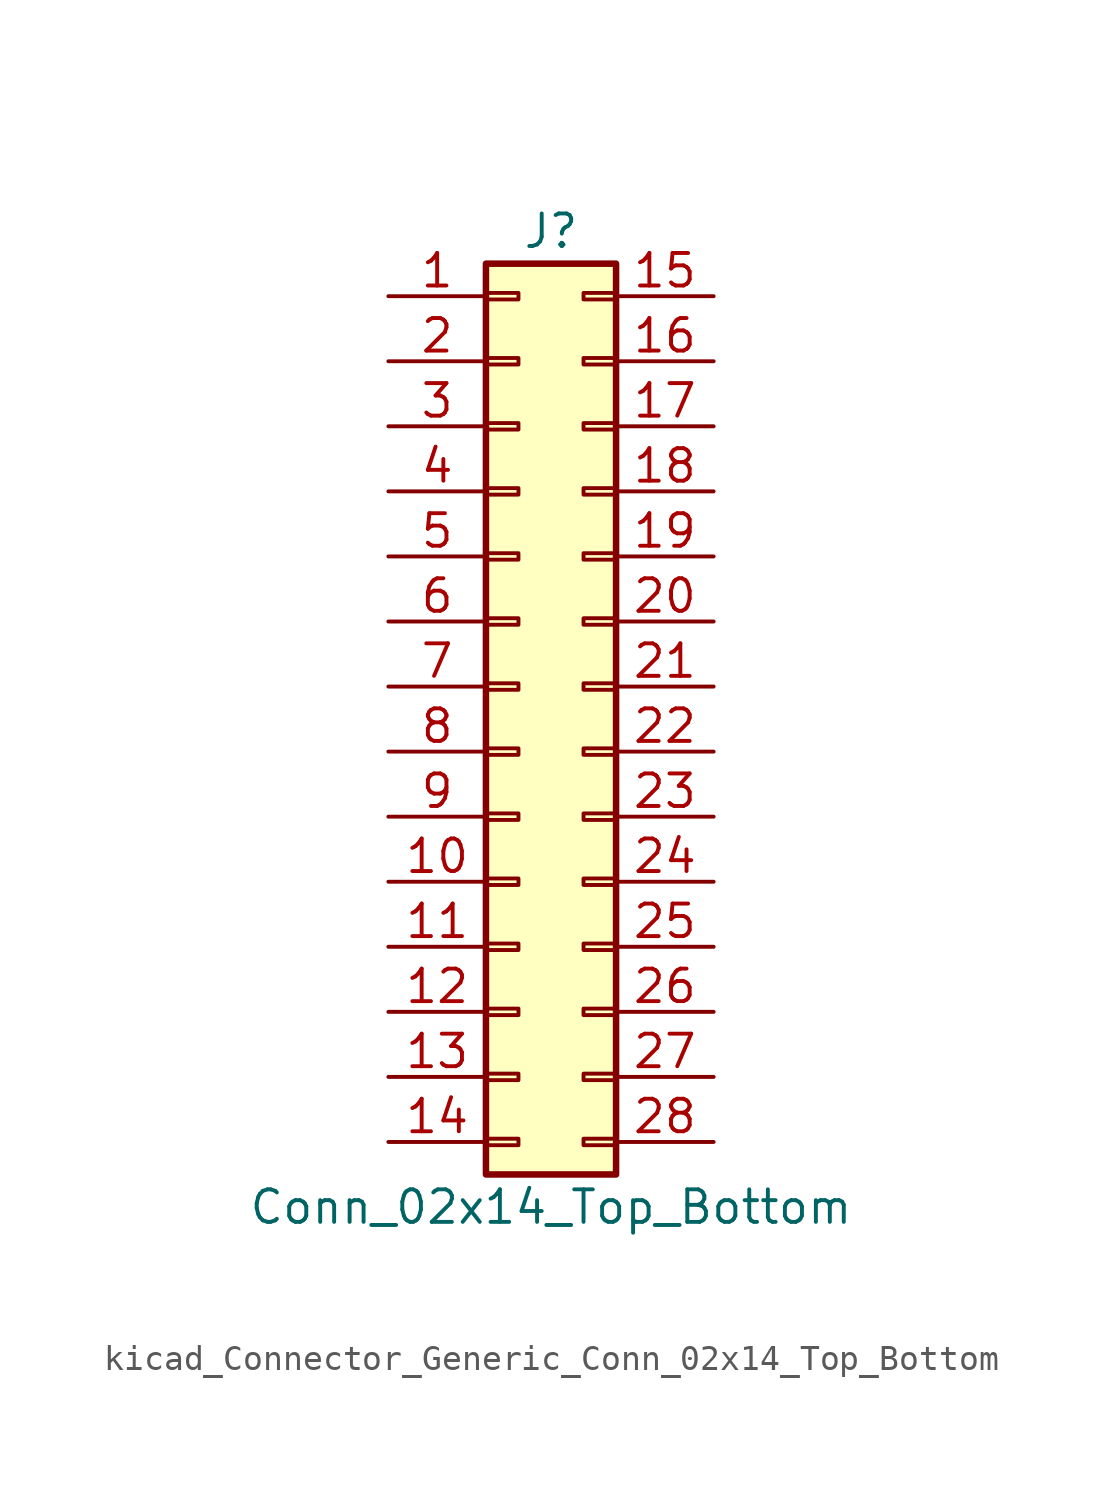
<source format=kicad_sym>
(kicad_symbol_lib
  (version 20220914)
  (generator kicad_symbol_editor)
  (symbol "kicad_Connector_Generic_Conn_02x14_Top_Bottom"
    (pin_names
      (offset 1.016) hide)
    (property "Reference" "J"
      (at 1.27 17.78 0)
      (effects (font (size 1.27 1.27))))
    (property "Value" "Conn_02x14_Top_Bottom"
      (at 1.27 -20.32 0)
      (effects (font (size 1.27 1.27))))
    (symbol "kicad_Connector_Generic_Conn_02x14_Top_Bottom_1_1"
      (rectangle (start -1.27 -17.653) (end 0 -17.907) (stroke (width 0.152) (type default)) (fill (type none)))
      (rectangle (start -1.27 -15.113) (end 0 -15.367) (stroke (width 0.152) (type default)) (fill (type none)))
      (rectangle (start -1.27 -12.573) (end 0 -12.827) (stroke (width 0.152) (type default)) (fill (type none)))
      (rectangle (start -1.27 -10.033) (end 0 -10.287) (stroke (width 0.152) (type default)) (fill (type none)))
      (rectangle (start -1.27 -7.493) (end 0 -7.747) (stroke (width 0.152) (type default)) (fill (type none)))
      (rectangle (start -1.27 -4.953) (end 0 -5.207) (stroke (width 0.152) (type default)) (fill (type none)))
      (rectangle (start -1.27 -2.413) (end 0 -2.667) (stroke (width 0.152) (type default)) (fill (type none)))
      (rectangle (start -1.27 0.127) (end 0 -0.127) (stroke (width 0.152) (type default)) (fill (type none)))
      (rectangle (start -1.27 2.667) (end 0 2.413) (stroke (width 0.152) (type default)) (fill (type none)))
      (rectangle (start -1.27 5.207) (end 0 4.953) (stroke (width 0.152) (type default)) (fill (type none)))
      (rectangle (start -1.27 7.747) (end 0 7.493) (stroke (width 0.152) (type default)) (fill (type none)))
      (rectangle (start -1.27 10.287) (end 0 10.033) (stroke (width 0.152) (type default)) (fill (type none)))
      (rectangle (start -1.27 12.827) (end 0 12.573) (stroke (width 0.152) (type default)) (fill (type none)))
      (rectangle (start -1.27 15.367) (end 0 15.113) (stroke (width 0.152) (type default)) (fill (type none)))
      (rectangle (start -1.27 16.51) (end 3.81 -19.05) (stroke (width 0.254) (type default)) (fill (type background)))
      (rectangle (start 3.81 -17.653) (end 2.54 -17.907) (stroke (width 0.152) (type default)) (fill (type none)))
      (rectangle (start 3.81 -15.113) (end 2.54 -15.367) (stroke (width 0.152) (type default)) (fill (type none)))
      (rectangle (start 3.81 -12.573) (end 2.54 -12.827) (stroke (width 0.152) (type default)) (fill (type none)))
      (rectangle (start 3.81 -10.033) (end 2.54 -10.287) (stroke (width 0.152) (type default)) (fill (type none)))
      (rectangle (start 3.81 -7.493) (end 2.54 -7.747) (stroke (width 0.152) (type default)) (fill (type none)))
      (rectangle (start 3.81 -4.953) (end 2.54 -5.207) (stroke (width 0.152) (type default)) (fill (type none)))
      (rectangle (start 3.81 -2.413) (end 2.54 -2.667) (stroke (width 0.152) (type default)) (fill (type none)))
      (rectangle (start 3.81 0.127) (end 2.54 -0.127) (stroke (width 0.152) (type default)) (fill (type none)))
      (rectangle (start 3.81 2.667) (end 2.54 2.413) (stroke (width 0.152) (type default)) (fill (type none)))
      (rectangle (start 3.81 5.207) (end 2.54 4.953) (stroke (width 0.152) (type default)) (fill (type none)))
      (rectangle (start 3.81 7.747) (end 2.54 7.493) (stroke (width 0.152) (type default)) (fill (type none)))
      (rectangle (start 3.81 10.287) (end 2.54 10.033) (stroke (width 0.152) (type default)) (fill (type none)))
      (rectangle (start 3.81 12.827) (end 2.54 12.573) (stroke (width 0.152) (type default)) (fill (type none)))
      (rectangle (start 3.81 15.367) (end 2.54 15.113) (stroke (width 0.152) (type default)) (fill (type none)))
      (pin passive line (at -5.08 15.24 0) (length 3.81) (name "Pin_1" (effects (font (size 1.27 1.27)))) (number "1" (effects (font (size 1.27 1.27)))))
      (pin passive line (at -5.08 -7.62 0) (length 3.81) (name "Pin_10" (effects (font (size 1.27 1.27)))) (number "10" (effects (font (size 1.27 1.27)))))
      (pin passive line (at -5.08 -10.16 0) (length 3.81) (name "Pin_11" (effects (font (size 1.27 1.27)))) (number "11" (effects (font (size 1.27 1.27)))))
      (pin passive line (at -5.08 -12.7 0) (length 3.81) (name "Pin_12" (effects (font (size 1.27 1.27)))) (number "12" (effects (font (size 1.27 1.27)))))
      (pin passive line (at -5.08 -15.24 0) (length 3.81) (name "Pin_13" (effects (font (size 1.27 1.27)))) (number "13" (effects (font (size 1.27 1.27)))))
      (pin passive line (at -5.08 -17.78 0) (length 3.81) (name "Pin_14" (effects (font (size 1.27 1.27)))) (number "14" (effects (font (size 1.27 1.27)))))
      (pin passive line (at 7.62 15.24 180) (length 3.81) (name "Pin_15" (effects (font (size 1.27 1.27)))) (number "15" (effects (font (size 1.27 1.27)))))
      (pin passive line (at 7.62 12.7 180) (length 3.81) (name "Pin_16" (effects (font (size 1.27 1.27)))) (number "16" (effects (font (size 1.27 1.27)))))
      (pin passive line (at 7.62 10.16 180) (length 3.81) (name "Pin_17" (effects (font (size 1.27 1.27)))) (number "17" (effects (font (size 1.27 1.27)))))
      (pin passive line (at 7.62 7.62 180) (length 3.81) (name "Pin_18" (effects (font (size 1.27 1.27)))) (number "18" (effects (font (size 1.27 1.27)))))
      (pin passive line (at 7.62 5.08 180) (length 3.81) (name "Pin_19" (effects (font (size 1.27 1.27)))) (number "19" (effects (font (size 1.27 1.27)))))
      (pin passive line (at -5.08 12.7 0) (length 3.81) (name "Pin_2" (effects (font (size 1.27 1.27)))) (number "2" (effects (font (size 1.27 1.27)))))
      (pin passive line (at 7.62 2.54 180) (length 3.81) (name "Pin_20" (effects (font (size 1.27 1.27)))) (number "20" (effects (font (size 1.27 1.27)))))
      (pin passive line (at 7.62 0 180) (length 3.81) (name "Pin_21" (effects (font (size 1.27 1.27)))) (number "21" (effects (font (size 1.27 1.27)))))
      (pin passive line (at 7.62 -2.54 180) (length 3.81) (name "Pin_22" (effects (font (size 1.27 1.27)))) (number "22" (effects (font (size 1.27 1.27)))))
      (pin passive line (at 7.62 -5.08 180) (length 3.81) (name "Pin_23" (effects (font (size 1.27 1.27)))) (number "23" (effects (font (size 1.27 1.27)))))
      (pin passive line (at 7.62 -7.62 180) (length 3.81) (name "Pin_24" (effects (font (size 1.27 1.27)))) (number "24" (effects (font (size 1.27 1.27)))))
      (pin passive line (at 7.62 -10.16 180) (length 3.81) (name "Pin_25" (effects (font (size 1.27 1.27)))) (number "25" (effects (font (size 1.27 1.27)))))
      (pin passive line (at 7.62 -12.7 180) (length 3.81) (name "Pin_26" (effects (font (size 1.27 1.27)))) (number "26" (effects (font (size 1.27 1.27)))))
      (pin passive line (at 7.62 -15.24 180) (length 3.81) (name "Pin_27" (effects (font (size 1.27 1.27)))) (number "27" (effects (font (size 1.27 1.27)))))
      (pin passive line (at 7.62 -17.78 180) (length 3.81) (name "Pin_28" (effects (font (size 1.27 1.27)))) (number "28" (effects (font (size 1.27 1.27)))))
      (pin passive line (at -5.08 10.16 0) (length 3.81) (name "Pin_3" (effects (font (size 1.27 1.27)))) (number "3" (effects (font (size 1.27 1.27)))))
      (pin passive line (at -5.08 7.62 0) (length 3.81) (name "Pin_4" (effects (font (size 1.27 1.27)))) (number "4" (effects (font (size 1.27 1.27)))))
      (pin passive line (at -5.08 5.08 0) (length 3.81) (name "Pin_5" (effects (font (size 1.27 1.27)))) (number "5" (effects (font (size 1.27 1.27)))))
      (pin passive line (at -5.08 2.54 0) (length 3.81) (name "Pin_6" (effects (font (size 1.27 1.27)))) (number "6" (effects (font (size 1.27 1.27)))))
      (pin passive line (at -5.08 0 0) (length 3.81) (name "Pin_7" (effects (font (size 1.27 1.27)))) (number "7" (effects (font (size 1.27 1.27)))))
      (pin passive line (at -5.08 -2.54 0) (length 3.81) (name "Pin_8" (effects (font (size 1.27 1.27)))) (number "8" (effects (font (size 1.27 1.27)))))
      (pin passive line (at -5.08 -5.08 0) (length 3.81) (name "Pin_9" (effects (font (size 1.27 1.27)))) (number "9" (effects (font (size 1.27 1.27))))))))
</source>
